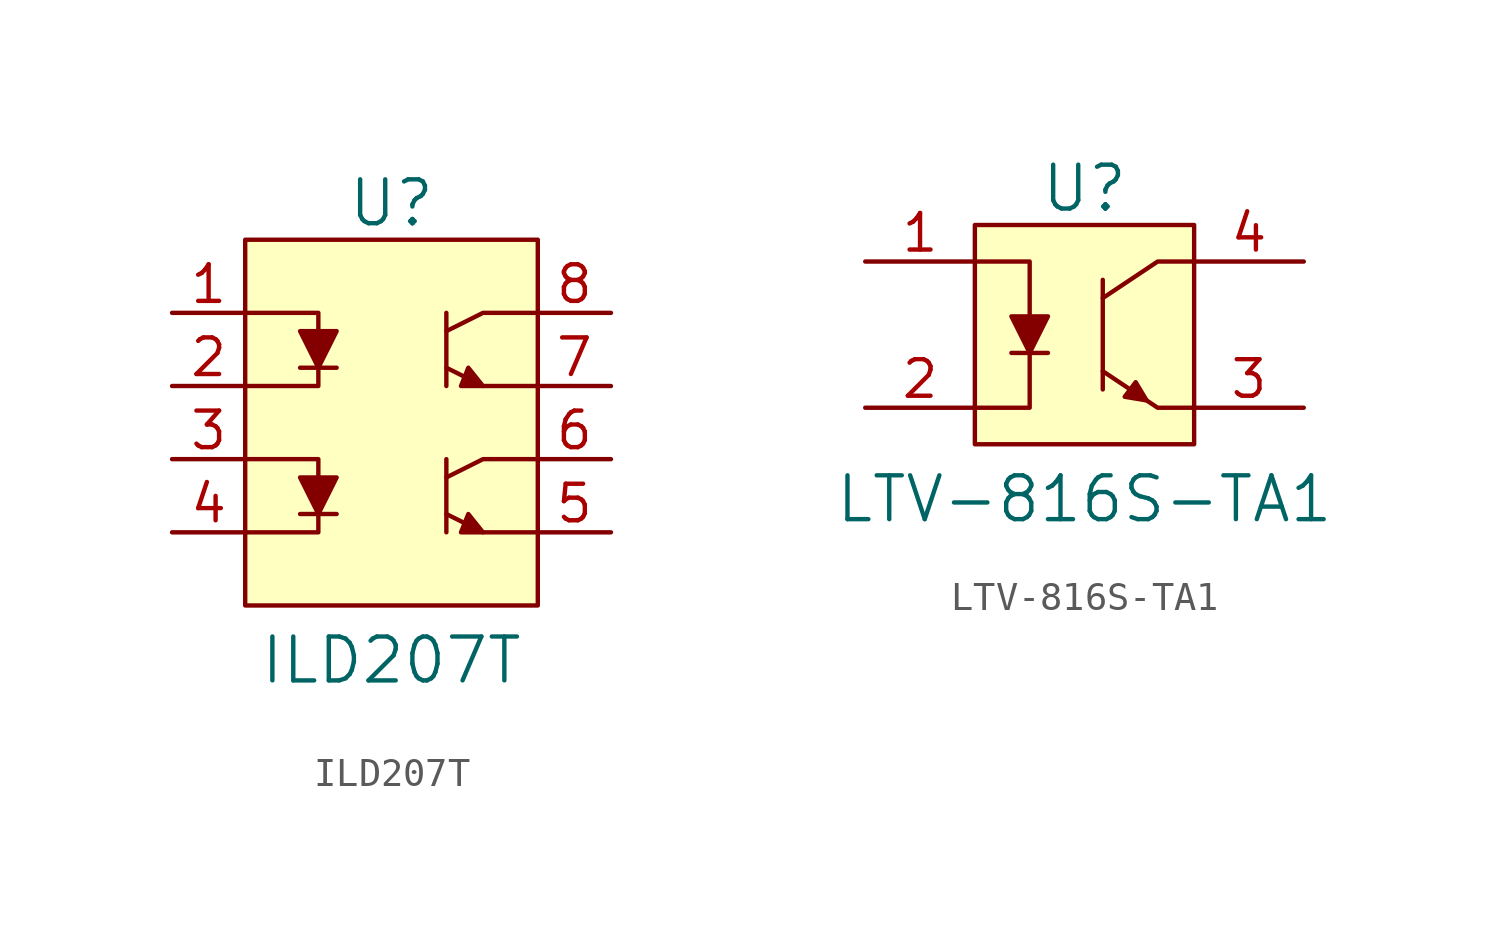
<source format=kicad_sym>
(kicad_symbol_lib
  (version 20201005)
  (generator kicad_symbol_editor)
  (symbol "ILD207T"
    (pin_names
      (offset 1.016))
    (property "Reference" "U"
      (at 0 8.89 0)
      (effects (font (size 1.524 1.524))))
    (property "Value" "ILD207T"
      (at 0 -6.985 0)
      (effects (font (size 1.524 1.524))))
    (symbol "ILD207T_0_1"
      (rectangle (start -5.08 7.62) (end 5.08 -5.08) (stroke (width 0)) (fill (type background)))
      (polyline (pts (xy -3.175 -1.905) (xy -1.905 -1.905)) (stroke (width 0)) (fill (type none)))
      (polyline (pts (xy -3.175 3.175) (xy -1.905 3.175)) (stroke (width 0)) (fill (type none)))
      (polyline (pts (xy 1.905 0) (xy 1.905 -2.54)) (stroke (width 0)) (fill (type none)))
      (polyline (pts (xy 1.905 5.08) (xy 1.905 2.54)) (stroke (width 0)) (fill (type none)))
      (polyline (pts (xy -5.08 -2.54) (xy -2.54 -2.54) (xy -2.54 -1.905)) (stroke (width 0)) (fill (type none)))
      (polyline (pts (xy -5.08 0) (xy -2.54 0) (xy -2.54 -0.635)) (stroke (width 0)) (fill (type none)))
      (polyline (pts (xy -5.08 2.54) (xy -2.54 2.54) (xy -2.54 3.175)) (stroke (width 0)) (fill (type none)))
      (polyline (pts (xy -5.08 5.08) (xy -2.54 5.08) (xy -2.54 4.445)) (stroke (width 0)) (fill (type none)))
      (polyline (pts (xy 1.905 -1.905) (xy 3.175 -2.54) (xy 5.08 -2.54)) (stroke (width 0)) (fill (type none)))
      (polyline (pts (xy 1.905 -0.635) (xy 3.175 0) (xy 5.08 0)) (stroke (width 0)) (fill (type none)))
      (polyline (pts (xy 1.905 3.175) (xy 3.175 2.54) (xy 5.08 2.54)) (stroke (width 0)) (fill (type none)))
      (polyline (pts (xy 1.905 4.445) (xy 3.175 5.08) (xy 5.08 5.08)) (stroke (width 0)) (fill (type none)))
      (polyline (pts (xy -3.175 -0.635) (xy -1.905 -0.635) (xy -2.54 -1.905) (xy -3.175 -0.635)) (stroke (width 0)) (fill (type outline)))
      (polyline (pts (xy -3.175 4.445) (xy -1.905 4.445) (xy -2.54 3.175) (xy -3.175 4.445)) (stroke (width 0)) (fill (type outline)))
      (polyline (pts (xy 3.175 -2.54) (xy 2.667 -1.905) (xy 2.413 -2.54) (xy 3.175 -2.54)) (stroke (width 0)) (fill (type outline)))
      (polyline (pts (xy 3.175 2.54) (xy 2.667 3.175) (xy 2.413 2.54) (xy 3.175 2.54)) (stroke (width 0)) (fill (type outline))))
    (symbol "ILD207T_1_1"
      (pin passive line (at -7.62 5.08 0) (length 2.54) (name "~" (effects (font (size 1.27 1.27)))) (number "1" (effects (font (size 1.27 1.27)))))
      (pin passive line (at -7.62 2.54 0) (length 2.54) (name "~" (effects (font (size 1.27 1.27)))) (number "2" (effects (font (size 1.27 1.27)))))
      (pin passive line (at -7.62 0 0) (length 2.54) (name "~" (effects (font (size 1.27 1.27)))) (number "3" (effects (font (size 1.27 1.27)))))
      (pin passive line (at -7.62 -2.54 0) (length 2.54) (name "~" (effects (font (size 1.27 1.27)))) (number "4" (effects (font (size 1.27 1.27)))))
      (pin passive line (at 7.62 -2.54 180) (length 2.54) (name "~" (effects (font (size 1.27 1.27)))) (number "5" (effects (font (size 1.27 1.27)))))
      (pin passive line (at 7.62 0 180) (length 2.54) (name "~" (effects (font (size 1.27 1.27)))) (number "6" (effects (font (size 1.27 1.27)))))
      (pin passive line (at 7.62 2.54 180) (length 2.54) (name "~" (effects (font (size 1.27 1.27)))) (number "7" (effects (font (size 1.27 1.27)))))
      (pin passive line (at 7.62 5.08 180) (length 2.54) (name "~" (effects (font (size 1.27 1.27)))) (number "8" (effects (font (size 1.27 1.27)))))))
  (symbol "LTV-816S-TA1"
    (pin_names
      (offset 1.016))
    (property "Reference" "U"
      (at 0 5.08 0)
      (effects (font (size 1.524 1.524))))
    (property "Value" "LTV-816S-TA1"
      (at 0 -5.715 0)
      (effects (font (size 1.524 1.524))))
    (symbol "LTV-816S-TA1_0_1"
      (rectangle (start -3.81 3.81) (end 3.81 -3.81) (stroke (width 0)) (fill (type background)))
      (polyline (pts (xy -2.54 -0.635) (xy -1.27 -0.635)) (stroke (width 0)) (fill (type none)))
      (polyline (pts (xy 0.635 1.905) (xy 0.635 -1.905)) (stroke (width 0)) (fill (type none)))
      (polyline (pts (xy -3.81 -2.54) (xy -1.905 -2.54) (xy -1.905 -0.635)) (stroke (width 0)) (fill (type none)))
      (polyline (pts (xy -3.81 2.54) (xy -1.905 2.54) (xy -1.905 0.635)) (stroke (width 0)) (fill (type none)))
      (polyline (pts (xy 0.635 -1.27) (xy 2.54 -2.54) (xy 3.81 -2.54)) (stroke (width 0)) (fill (type none)))
      (polyline (pts (xy 0.635 1.27) (xy 2.54 2.54) (xy 3.81 2.54)) (stroke (width 0)) (fill (type none)))
      (polyline (pts (xy -2.54 0.635) (xy -1.27 0.635) (xy -1.905 -0.635) (xy -2.54 0.635)) (stroke (width 0)) (fill (type outline)))
      (polyline (pts (xy 2.159 -2.286) (xy 1.778 -1.651) (xy 1.397 -2.159) (xy 2.159 -2.286)) (stroke (width 0)) (fill (type outline))))
    (symbol "LTV-816S-TA1_1_1"
      (pin passive line (at -7.62 2.54 0) (length 3.81) (name "~" (effects (font (size 1.27 1.27)))) (number "1" (effects (font (size 1.27 1.27)))))
      (pin passive line (at -7.62 -2.54 0) (length 3.81) (name "~" (effects (font (size 1.27 1.27)))) (number "2" (effects (font (size 1.27 1.27)))))
      (pin passive line (at 7.62 -2.54 180) (length 3.81) (name "~" (effects (font (size 1.27 1.27)))) (number "3" (effects (font (size 1.27 1.27)))))
      (pin passive line (at 7.62 2.54 180) (length 3.81) (name "~" (effects (font (size 1.27 1.27)))) (number "4" (effects (font (size 1.27 1.27))))))))
</source>
